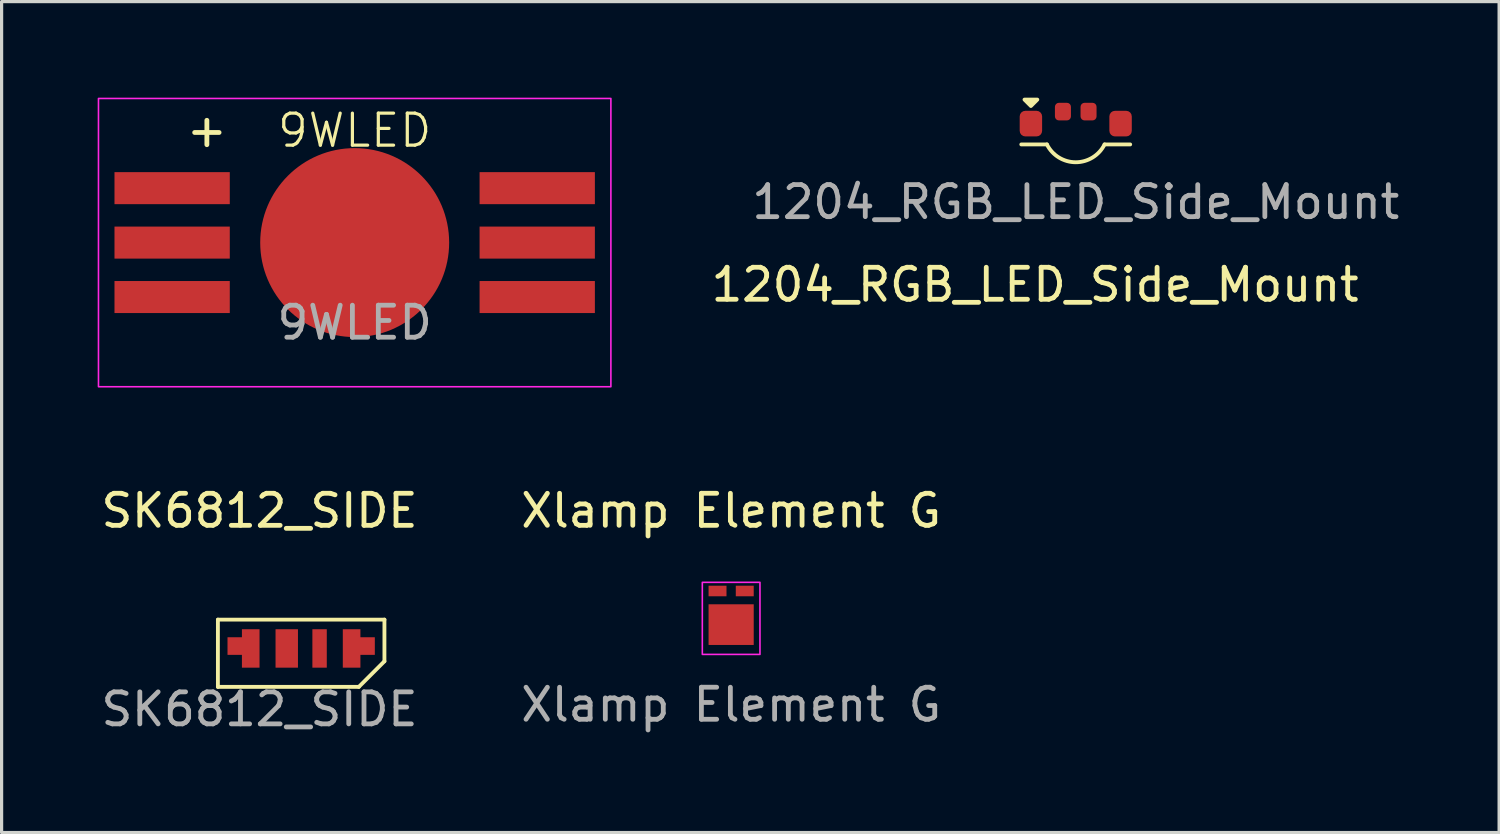
<source format=kicad_pcb>
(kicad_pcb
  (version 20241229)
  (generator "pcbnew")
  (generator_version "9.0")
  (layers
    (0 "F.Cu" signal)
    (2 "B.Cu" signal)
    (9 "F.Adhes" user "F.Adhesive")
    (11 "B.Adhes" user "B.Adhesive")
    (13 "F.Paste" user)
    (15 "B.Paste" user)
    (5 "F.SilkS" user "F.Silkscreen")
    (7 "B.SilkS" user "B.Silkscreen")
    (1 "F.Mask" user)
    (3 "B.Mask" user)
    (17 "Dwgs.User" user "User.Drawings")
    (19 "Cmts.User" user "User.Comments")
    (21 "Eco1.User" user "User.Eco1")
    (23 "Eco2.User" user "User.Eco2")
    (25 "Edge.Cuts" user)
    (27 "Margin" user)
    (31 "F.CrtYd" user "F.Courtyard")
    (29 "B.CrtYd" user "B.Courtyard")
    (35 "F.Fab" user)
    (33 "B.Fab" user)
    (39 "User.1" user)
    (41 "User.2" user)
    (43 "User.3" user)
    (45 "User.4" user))
  (footprint "Xlamp Element G"
    (layer "F.Cu")
    (at 19.78 16.454)
    (property "Reference" "Xlamp Element G" (at 0 -3.556 0) (unlocked yes) (layer "F.SilkS") (effects (font (size 1 1) (thickness 0.15))))
    (attr smd)
    (fp_rect (start -0.9 -1.32) (end 0.9 0.93) (stroke (width 0.05) (type default)) (fill no) (layer "F.CrtYd"))
    (fp_text user "${REFERENCE}" (at 0 2.5 0) (unlocked yes) (layer "F.Fab") (effects (font (size 1 1) (thickness 0.15))))
    (pad "1" smd rect (at 0.425 -1.05) (size 0.56 0.33) (layers "F.Cu" "F.Mask" "F.Paste"))
    (pad "2" smd rect (at -0.425 -1.05) (size 0.56 0.33) (layers "F.Cu" "F.Mask" "F.Paste"))
    (pad "3" smd rect (at 0 0) (size 1.41 1.27) (layers "F.Cu" "F.Mask" "F.Paste")))
  (footprint "SK6812_SIDE"
    (layer "F.Cu")
    (at 5.054 16.598)
    (property "Reference" "SK6812_SIDE" (at 0 -3.7 0) (unlocked yes) (layer "F.SilkS") (effects (font (size 1 1) (thickness 0.15))))
    (attr smd)
    (fp_line (start -1.3 -0.3) (end -1.3 1.8) (stroke (width 0.12) (type solid)) (layer "F.SilkS"))
    (fp_line (start -1.3 -0.3) (end 3.9 -0.3) (stroke (width 0.12) (type solid)) (layer "F.SilkS"))
    (fp_line (start -1.3 1.8) (end 3.1 1.8) (stroke (width 0.12) (type solid)) (layer "F.SilkS"))
    (fp_line (start 3.1 1.8) (end 3.9 1) (stroke (width 0.12) (type solid)) (layer "F.SilkS"))
    (fp_line (start 3.9 -0.3) (end 3.9 1) (stroke (width 0.12) (type solid)) (layer "F.SilkS"))
    (fp_text user "${REFERENCE}" (at 0 2.5 0) (unlocked yes) (layer "F.Fab") (effects (font (size 1 1) (thickness 0.15))))
    (pad "1" smd custom (at -0.275 0.6) (size 0.55 1.2) (layers "F.Cu" "F.Mask" "F.Paste") (options (anchor rect)) (primitives (gr_poly (pts (xy 0 -0.35) (xy -0.725 -0.35) (xy -0.725 0.2) (xy 0 0.2)) (width 0) (fill yes))))
    (pad "2" smd rect (at 0.85 0.6) (size 0.7 1.2) (layers "F.Cu" "F.Mask" "F.Paste"))
    (pad "3" smd rect (at 1.875 0.6) (size 0.45 1.2) (layers "F.Cu" "F.Mask" "F.Paste"))
    (pad "4" smd custom (at 2.875 0.6) (size 0.55 1.2) (layers "F.Cu" "F.Mask" "F.Paste") (options (anchor rect)) (primitives (gr_poly (pts (xy 0 0.2) (xy 0.725 0.2) (xy 0.725 -0.35) (xy 0 -0.35)) (width 0) (fill yes)))))
  (footprint "9WLED"
    (layer "F.Cu")
    (at 8.025 4.525)
    (property "Reference" "9WLED" (at 0 -3.5 0) (unlocked yes) (layer "F.SilkS") (effects (font (size 1 1) (thickness 0.1))))
    (attr smd)
    (fp_rect (start -8 -4.5) (end 8 4.5) (stroke (width 0.05) (type default)) (fill no) (layer "F.CrtYd"))
    (fp_text user "+" (at -5.333 -2.927 0) (unlocked yes) (layer "F.SilkS") (effects (font (size 1 1) (thickness 0.15)) (justify left bottom)))
    (fp_text user "${REFERENCE}" (at 0 2.5 0) (unlocked yes) (layer "F.Fab") (effects (font (size 1 1) (thickness 0.15))))
    (pad "1" smd rect (at 5.7 -1.7) (size 3.6 1) (layers "F.Cu" "F.Mask" "F.Paste"))
    (pad "2" smd rect (at 5.7 0) (size 3.6 1) (layers "F.Cu" "F.Mask" "F.Paste"))
    (pad "3" smd rect (at 5.7 1.7) (size 3.6 1) (layers "F.Cu" "F.Mask" "F.Paste"))
    (pad "4" smd rect (at -5.7 1.7) (size 3.6 1) (layers "F.Cu" "F.Mask" "F.Paste"))
    (pad "5" smd rect (at -5.7 0) (size 3.6 1) (layers "F.Cu" "F.Mask" "F.Paste"))
    (pad "6" smd rect (at -5.7 -1.7) (size 3.6 1) (layers "F.Cu" "F.Mask" "F.Paste"))
    (pad "7" smd circle (at 0 0) (size 5.9 5.9) (layers "F.Cu" "F.Mask" "F.Paste")))
  (footprint "1204_RGB_LED_Side_Mount"
    (layer "F.Cu")
    (at 30.54 0.76)
    (property "Reference" "1204_RGB_LED_Side_Mount" (at -1.27 5.08 0) (unlocked yes) (layer "F.SilkS") (effects (font (size 1 1) (thickness 0.15))))
    (attr smd)
    (fp_line (start -0.9 0.7) (end -1.7 0.7) (stroke (width 0.12) (type solid)) (layer "F.SilkS"))
    (fp_line (start 0.9 0.7) (end 1.7 0.7) (stroke (width 0.12) (type solid)) (layer "F.SilkS"))
    (fp_arc (start 0.899999 0.7) (mid 0 1.25623) (end -0.899999 0.7) (stroke (width 0.12) (type solid)) (layer "F.SilkS"))
    (fp_poly (pts (xy -1.4 -0.5) (xy -1.6 -0.7) (xy -1.2 -0.7)) (stroke (width 0.12) (type solid)) (fill yes) (layer "F.SilkS"))
    (fp_text user "${REFERENCE}" (at 0 2.5 0) (unlocked yes) (layer "F.Fab") (effects (font (size 1 1) (thickness 0.15))))
    (pad "1" smd roundrect (at -1.4 0.05) (size 0.7 0.8) (layers "F.Cu" "F.Mask" "F.Paste") (roundrect_rratio 0.25))
    (pad "2" smd roundrect (at -0.4 -0.325) (size 0.5 0.55) (layers "F.Cu" "F.Mask" "F.Paste") (roundrect_rratio 0.25))
    (pad "3" smd roundrect (at 0.4 -0.325) (size 0.5 0.55) (layers "F.Cu" "F.Mask" "F.Paste") (roundrect_rratio 0.25))
    (pad "4" smd roundrect (at 1.4 0.05) (size 0.7 0.8) (layers "F.Cu" "F.Mask" "F.Paste") (roundrect_rratio 0.25)))
  (gr_rect
    (start -3 -3)
    (end 43.76 22.947)
    (stroke (width 0.1) (type default))
    (fill no)
    (layer "Edge.Cuts")))
</source>
